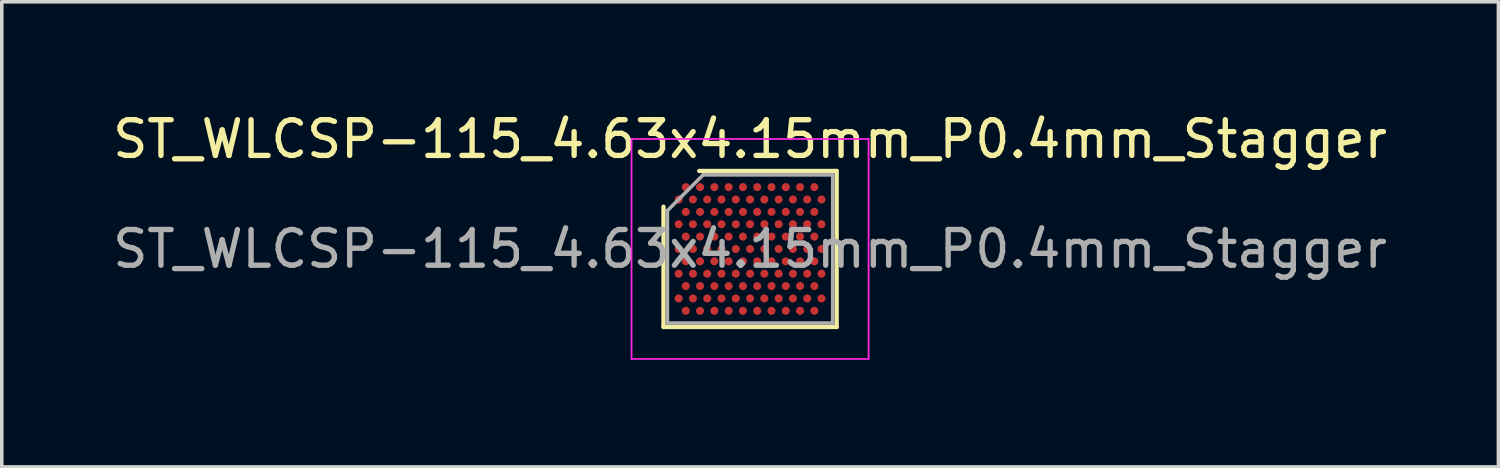
<source format=kicad_pcb>
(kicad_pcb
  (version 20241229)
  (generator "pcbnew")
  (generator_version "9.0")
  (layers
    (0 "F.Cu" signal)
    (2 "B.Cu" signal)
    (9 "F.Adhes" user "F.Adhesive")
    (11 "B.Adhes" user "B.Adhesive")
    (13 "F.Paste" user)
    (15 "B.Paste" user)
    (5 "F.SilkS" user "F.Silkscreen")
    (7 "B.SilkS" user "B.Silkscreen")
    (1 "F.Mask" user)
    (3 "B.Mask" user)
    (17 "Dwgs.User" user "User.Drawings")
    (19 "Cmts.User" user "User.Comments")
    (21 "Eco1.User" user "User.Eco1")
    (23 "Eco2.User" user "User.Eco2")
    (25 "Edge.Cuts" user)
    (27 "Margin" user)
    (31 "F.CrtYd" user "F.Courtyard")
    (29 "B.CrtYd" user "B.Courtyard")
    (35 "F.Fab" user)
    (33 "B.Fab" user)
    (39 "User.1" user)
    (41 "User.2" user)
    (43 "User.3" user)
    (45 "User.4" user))
  (footprint "ST_WLCSP-115_4.63x4.15mm_P0.4mm_Stagger"
    (layer "F.Cu")
    (at 17.958 3.923)
    (property "Reference" "ST_WLCSP-115_4.63x4.15mm_P0.4mm_Stagger" (at 0 -3.075 0) (layer "F.SilkS") (effects (font (size 1 1) (thickness 0.15))))
    (attr smd)
    (fp_line (start -2.425 2.185) (end -2.425 -1.185) (stroke (width 0.12) (type solid)) (layer "F.SilkS"))
    (fp_line (start -1.425 -2.185) (end 2.425 -2.185) (stroke (width 0.12) (type solid)) (layer "F.SilkS"))
    (fp_line (start 2.425 -2.185) (end 2.425 2.185) (stroke (width 0.12) (type solid)) (layer "F.SilkS"))
    (fp_line (start 2.425 2.185) (end -2.425 2.185) (stroke (width 0.12) (type solid)) (layer "F.SilkS"))
    (fp_line (start -3.32 -3.08) (end -3.32 3.08) (stroke (width 0.05) (type solid)) (layer "F.CrtYd"))
    (fp_line (start -3.32 3.08) (end 3.32 3.08) (stroke (width 0.05) (type solid)) (layer "F.CrtYd"))
    (fp_line (start 3.32 -3.08) (end -3.32 -3.08) (stroke (width 0.05) (type solid)) (layer "F.CrtYd"))
    (fp_line (start 3.32 3.08) (end 3.32 -3.08) (stroke (width 0.05) (type solid)) (layer "F.CrtYd"))
    (fp_line (start -2.315 -1.075) (end -1.315 -2.075) (stroke (width 0.1) (type solid)) (layer "F.Fab"))
    (fp_line (start -2.315 2.075) (end -2.315 -1.075) (stroke (width 0.1) (type solid)) (layer "F.Fab"))
    (fp_line (start -1.315 -2.075) (end 2.315 -2.075) (stroke (width 0.1) (type solid)) (layer "F.Fab"))
    (fp_line (start 2.315 -2.075) (end 2.315 2.075) (stroke (width 0.1) (type solid)) (layer "F.Fab"))
    (fp_line (start 2.315 2.075) (end -2.315 2.075) (stroke (width 0.1) (type solid)) (layer "F.Fab"))
    (fp_text user "${REFERENCE}" (at 0 0 0) (layer "F.Fab") (effects (font (size 1 1) (thickness 0.15))))
    (pad "A2" smd circle (at -1.8 -1.732) (size 0.225 0.225) (layers "F.Cu" "F.Mask" "F.Paste"))
    (pad "A4" smd circle (at -1.4 -1.732) (size 0.225 0.225) (layers "F.Cu" "F.Mask" "F.Paste"))
    (pad "A6" smd circle (at -1 -1.732) (size 0.225 0.225) (layers "F.Cu" "F.Mask" "F.Paste"))
    (pad "A8" smd circle (at -0.6 -1.732) (size 0.225 0.225) (layers "F.Cu" "F.Mask" "F.Paste"))
    (pad "A10" smd circle (at -0.2 -1.732) (size 0.225 0.225) (layers "F.Cu" "F.Mask" "F.Paste"))
    (pad "A12" smd circle (at 0.2 -1.732) (size 0.225 0.225) (layers "F.Cu" "F.Mask" "F.Paste"))
    (pad "A14" smd circle (at 0.6 -1.732) (size 0.225 0.225) (layers "F.Cu" "F.Mask" "F.Paste"))
    (pad "A16" smd circle (at 1 -1.732) (size 0.225 0.225) (layers "F.Cu" "F.Mask" "F.Paste"))
    (pad "A18" smd circle (at 1.4 -1.732) (size 0.225 0.225) (layers "F.Cu" "F.Mask" "F.Paste"))
    (pad "A20" smd circle (at 1.8 -1.732) (size 0.225 0.225) (layers "F.Cu" "F.Mask" "F.Paste"))
    (pad "B1" smd circle (at -2 -1.386) (size 0.225 0.225) (layers "F.Cu" "F.Mask" "F.Paste"))
    (pad "B3" smd circle (at -1.6 -1.386) (size 0.225 0.225) (layers "F.Cu" "F.Mask" "F.Paste"))
    (pad "B5" smd circle (at -1.2 -1.386) (size 0.225 0.225) (layers "F.Cu" "F.Mask" "F.Paste"))
    (pad "B7" smd circle (at -0.8 -1.386) (size 0.225 0.225) (layers "F.Cu" "F.Mask" "F.Paste"))
    (pad "B9" smd circle (at -0.4 -1.386) (size 0.225 0.225) (layers "F.Cu" "F.Mask" "F.Paste"))
    (pad "B11" smd circle (at 0 -1.386) (size 0.225 0.225) (layers "F.Cu" "F.Mask" "F.Paste"))
    (pad "B13" smd circle (at 0.4 -1.386) (size 0.225 0.225) (layers "F.Cu" "F.Mask" "F.Paste"))
    (pad "B15" smd circle (at 0.8 -1.386) (size 0.225 0.225) (layers "F.Cu" "F.Mask" "F.Paste"))
    (pad "B17" smd circle (at 1.2 -1.386) (size 0.225 0.225) (layers "F.Cu" "F.Mask" "F.Paste"))
    (pad "B19" smd circle (at 1.6 -1.386) (size 0.225 0.225) (layers "F.Cu" "F.Mask" "F.Paste"))
    (pad "B21" smd circle (at 2 -1.386) (size 0.225 0.225) (layers "F.Cu" "F.Mask" "F.Paste"))
    (pad "C2" smd circle (at -1.8 -1.039) (size 0.225 0.225) (layers "F.Cu" "F.Mask" "F.Paste"))
    (pad "C4" smd circle (at -1.4 -1.039) (size 0.225 0.225) (layers "F.Cu" "F.Mask" "F.Paste"))
    (pad "C6" smd circle (at -1 -1.039) (size 0.225 0.225) (layers "F.Cu" "F.Mask" "F.Paste"))
    (pad "C8" smd circle (at -0.6 -1.039) (size 0.225 0.225) (layers "F.Cu" "F.Mask" "F.Paste"))
    (pad "C10" smd circle (at -0.2 -1.039) (size 0.225 0.225) (layers "F.Cu" "F.Mask" "F.Paste"))
    (pad "C12" smd circle (at 0.2 -1.039) (size 0.225 0.225) (layers "F.Cu" "F.Mask" "F.Paste"))
    (pad "C14" smd circle (at 0.6 -1.039) (size 0.225 0.225) (layers "F.Cu" "F.Mask" "F.Paste"))
    (pad "C16" smd circle (at 1 -1.039) (size 0.225 0.225) (layers "F.Cu" "F.Mask" "F.Paste"))
    (pad "C18" smd circle (at 1.4 -1.039) (size 0.225 0.225) (layers "F.Cu" "F.Mask" "F.Paste"))
    (pad "C20" smd circle (at 1.8 -1.039) (size 0.225 0.225) (layers "F.Cu" "F.Mask" "F.Paste"))
    (pad "D1" smd circle (at -2 -0.693) (size 0.225 0.225) (layers "F.Cu" "F.Mask" "F.Paste"))
    (pad "D3" smd circle (at -1.6 -0.693) (size 0.225 0.225) (layers "F.Cu" "F.Mask" "F.Paste"))
    (pad "D5" smd circle (at -1.2 -0.693) (size 0.225 0.225) (layers "F.Cu" "F.Mask" "F.Paste"))
    (pad "D7" smd circle (at -0.8 -0.693) (size 0.225 0.225) (layers "F.Cu" "F.Mask" "F.Paste"))
    (pad "D9" smd circle (at -0.4 -0.693) (size 0.225 0.225) (layers "F.Cu" "F.Mask" "F.Paste"))
    (pad "D11" smd circle (at 0 -0.693) (size 0.225 0.225) (layers "F.Cu" "F.Mask" "F.Paste"))
    (pad "D13" smd circle (at 0.4 -0.693) (size 0.225 0.225) (layers "F.Cu" "F.Mask" "F.Paste"))
    (pad "D15" smd circle (at 0.8 -0.693) (size 0.225 0.225) (layers "F.Cu" "F.Mask" "F.Paste"))
    (pad "D17" smd circle (at 1.2 -0.693) (size 0.225 0.225) (layers "F.Cu" "F.Mask" "F.Paste"))
    (pad "D19" smd circle (at 1.6 -0.693) (size 0.225 0.225) (layers "F.Cu" "F.Mask" "F.Paste"))
    (pad "D21" smd circle (at 2 -0.693) (size 0.225 0.225) (layers "F.Cu" "F.Mask" "F.Paste"))
    (pad "E2" smd circle (at -1.8 -0.346) (size 0.225 0.225) (layers "F.Cu" "F.Mask" "F.Paste"))
    (pad "E4" smd circle (at -1.4 -0.346) (size 0.225 0.225) (layers "F.Cu" "F.Mask" "F.Paste"))
    (pad "E6" smd circle (at -1 -0.346) (size 0.225 0.225) (layers "F.Cu" "F.Mask" "F.Paste"))
    (pad "E8" smd circle (at -0.6 -0.346) (size 0.225 0.225) (layers "F.Cu" "F.Mask" "F.Paste"))
    (pad "E10" smd circle (at -0.2 -0.346) (size 0.225 0.225) (layers "F.Cu" "F.Mask" "F.Paste"))
    (pad "E12" smd circle (at 0.2 -0.346) (size 0.225 0.225) (layers "F.Cu" "F.Mask" "F.Paste"))
    (pad "E14" smd circle (at 0.6 -0.346) (size 0.225 0.225) (layers "F.Cu" "F.Mask" "F.Paste"))
    (pad "E16" smd circle (at 1 -0.346) (size 0.225 0.225) (layers "F.Cu" "F.Mask" "F.Paste"))
    (pad "E18" smd circle (at 1.4 -0.346) (size 0.225 0.225) (layers "F.Cu" "F.Mask" "F.Paste"))
    (pad "E20" smd circle (at 1.8 -0.346) (size 0.225 0.225) (layers "F.Cu" "F.Mask" "F.Paste"))
    (pad "F1" smd circle (at -2 0) (size 0.225 0.225) (layers "F.Cu" "F.Mask" "F.Paste"))
    (pad "F3" smd circle (at -1.6 0) (size 0.225 0.225) (layers "F.Cu" "F.Mask" "F.Paste"))
    (pad "F5" smd circle (at -1.2 0) (size 0.225 0.225) (layers "F.Cu" "F.Mask" "F.Paste"))
    (pad "F7" smd circle (at -0.8 0) (size 0.225 0.225) (layers "F.Cu" "F.Mask" "F.Paste"))
    (pad "F9" smd circle (at -0.4 0) (size 0.225 0.225) (layers "F.Cu" "F.Mask" "F.Paste"))
    (pad "F11" smd circle (at 0 0) (size 0.225 0.225) (layers "F.Cu" "F.Mask" "F.Paste"))
    (pad "F13" smd circle (at 0.4 0) (size 0.225 0.225) (layers "F.Cu" "F.Mask" "F.Paste"))
    (pad "F15" smd circle (at 0.8 0) (size 0.225 0.225) (layers "F.Cu" "F.Mask" "F.Paste"))
    (pad "F17" smd circle (at 1.2 0) (size 0.225 0.225) (layers "F.Cu" "F.Mask" "F.Paste"))
    (pad "F19" smd circle (at 1.6 0) (size 0.225 0.225) (layers "F.Cu" "F.Mask" "F.Paste"))
    (pad "F21" smd circle (at 2 0) (size 0.225 0.225) (layers "F.Cu" "F.Mask" "F.Paste"))
    (pad "G2" smd circle (at -1.8 0.346) (size 0.225 0.225) (layers "F.Cu" "F.Mask" "F.Paste"))
    (pad "G4" smd circle (at -1.4 0.346) (size 0.225 0.225) (layers "F.Cu" "F.Mask" "F.Paste"))
    (pad "G6" smd circle (at -1 0.346) (size 0.225 0.225) (layers "F.Cu" "F.Mask" "F.Paste"))
    (pad "G8" smd circle (at -0.6 0.346) (size 0.225 0.225) (layers "F.Cu" "F.Mask" "F.Paste"))
    (pad "G10" smd circle (at -0.2 0.346) (size 0.225 0.225) (layers "F.Cu" "F.Mask" "F.Paste"))
    (pad "G12" smd circle (at 0.2 0.346) (size 0.225 0.225) (layers "F.Cu" "F.Mask" "F.Paste"))
    (pad "G14" smd circle (at 0.6 0.346) (size 0.225 0.225) (layers "F.Cu" "F.Mask" "F.Paste"))
    (pad "G16" smd circle (at 1 0.346) (size 0.225 0.225) (layers "F.Cu" "F.Mask" "F.Paste"))
    (pad "G18" smd circle (at 1.4 0.346) (size 0.225 0.225) (layers "F.Cu" "F.Mask" "F.Paste"))
    (pad "G20" smd circle (at 1.8 0.346) (size 0.225 0.225) (layers "F.Cu" "F.Mask" "F.Paste"))
    (pad "H1" smd circle (at -2 0.693) (size 0.225 0.225) (layers "F.Cu" "F.Mask" "F.Paste"))
    (pad "H3" smd circle (at -1.6 0.693) (size 0.225 0.225) (layers "F.Cu" "F.Mask" "F.Paste"))
    (pad "H5" smd circle (at -1.2 0.693) (size 0.225 0.225) (layers "F.Cu" "F.Mask" "F.Paste"))
    (pad "H7" smd circle (at -0.8 0.693) (size 0.225 0.225) (layers "F.Cu" "F.Mask" "F.Paste"))
    (pad "H9" smd circle (at -0.4 0.693) (size 0.225 0.225) (layers "F.Cu" "F.Mask" "F.Paste"))
    (pad "H11" smd circle (at 0 0.693) (size 0.225 0.225) (layers "F.Cu" "F.Mask" "F.Paste"))
    (pad "H13" smd circle (at 0.4 0.693) (size 0.225 0.225) (layers "F.Cu" "F.Mask" "F.Paste"))
    (pad "H15" smd circle (at 0.8 0.693) (size 0.225 0.225) (layers "F.Cu" "F.Mask" "F.Paste"))
    (pad "H17" smd circle (at 1.2 0.693) (size 0.225 0.225) (layers "F.Cu" "F.Mask" "F.Paste"))
    (pad "H19" smd circle (at 1.6 0.693) (size 0.225 0.225) (layers "F.Cu" "F.Mask" "F.Paste"))
    (pad "H21" smd circle (at 2 0.693) (size 0.225 0.225) (layers "F.Cu" "F.Mask" "F.Paste"))
    (pad "J2" smd circle (at -1.8 1.039) (size 0.225 0.225) (layers "F.Cu" "F.Mask" "F.Paste"))
    (pad "J4" smd circle (at -1.4 1.039) (size 0.225 0.225) (layers "F.Cu" "F.Mask" "F.Paste"))
    (pad "J6" smd circle (at -1 1.039) (size 0.225 0.225) (layers "F.Cu" "F.Mask" "F.Paste"))
    (pad "J8" smd circle (at -0.6 1.039) (size 0.225 0.225) (layers "F.Cu" "F.Mask" "F.Paste"))
    (pad "J10" smd circle (at -0.2 1.039) (size 0.225 0.225) (layers "F.Cu" "F.Mask" "F.Paste"))
    (pad "J12" smd circle (at 0.2 1.039) (size 0.225 0.225) (layers "F.Cu" "F.Mask" "F.Paste"))
    (pad "J14" smd circle (at 0.6 1.039) (size 0.225 0.225) (layers "F.Cu" "F.Mask" "F.Paste"))
    (pad "J16" smd circle (at 1 1.039) (size 0.225 0.225) (layers "F.Cu" "F.Mask" "F.Paste"))
    (pad "J18" smd circle (at 1.4 1.039) (size 0.225 0.225) (layers "F.Cu" "F.Mask" "F.Paste"))
    (pad "J20" smd circle (at 1.8 1.039) (size 0.225 0.225) (layers "F.Cu" "F.Mask" "F.Paste"))
    (pad "K1" smd circle (at -2 1.386) (size 0.225 0.225) (layers "F.Cu" "F.Mask" "F.Paste"))
    (pad "K3" smd circle (at -1.6 1.386) (size 0.225 0.225) (layers "F.Cu" "F.Mask" "F.Paste"))
    (pad "K5" smd circle (at -1.2 1.386) (size 0.225 0.225) (layers "F.Cu" "F.Mask" "F.Paste"))
    (pad "K7" smd circle (at -0.8 1.386) (size 0.225 0.225) (layers "F.Cu" "F.Mask" "F.Paste"))
    (pad "K9" smd circle (at -0.4 1.386) (size 0.225 0.225) (layers "F.Cu" "F.Mask" "F.Paste"))
    (pad "K11" smd circle (at 0 1.386) (size 0.225 0.225) (layers "F.Cu" "F.Mask" "F.Paste"))
    (pad "K13" smd circle (at 0.4 1.386) (size 0.225 0.225) (layers "F.Cu" "F.Mask" "F.Paste"))
    (pad "K15" smd circle (at 0.8 1.386) (size 0.225 0.225) (layers "F.Cu" "F.Mask" "F.Paste"))
    (pad "K17" smd circle (at 1.2 1.386) (size 0.225 0.225) (layers "F.Cu" "F.Mask" "F.Paste"))
    (pad "K19" smd circle (at 1.6 1.386) (size 0.225 0.225) (layers "F.Cu" "F.Mask" "F.Paste"))
    (pad "K21" smd circle (at 2 1.386) (size 0.225 0.225) (layers "F.Cu" "F.Mask" "F.Paste"))
    (pad "L2" smd circle (at -1.8 1.732) (size 0.225 0.225) (layers "F.Cu" "F.Mask" "F.Paste"))
    (pad "L4" smd circle (at -1.4 1.732) (size 0.225 0.225) (layers "F.Cu" "F.Mask" "F.Paste"))
    (pad "L6" smd circle (at -1 1.732) (size 0.225 0.225) (layers "F.Cu" "F.Mask" "F.Paste"))
    (pad "L8" smd circle (at -0.6 1.732) (size 0.225 0.225) (layers "F.Cu" "F.Mask" "F.Paste"))
    (pad "L10" smd circle (at -0.2 1.732) (size 0.225 0.225) (layers "F.Cu" "F.Mask" "F.Paste"))
    (pad "L12" smd circle (at 0.2 1.732) (size 0.225 0.225) (layers "F.Cu" "F.Mask" "F.Paste"))
    (pad "L14" smd circle (at 0.6 1.732) (size 0.225 0.225) (layers "F.Cu" "F.Mask" "F.Paste"))
    (pad "L16" smd circle (at 1 1.732) (size 0.225 0.225) (layers "F.Cu" "F.Mask" "F.Paste"))
    (pad "L18" smd circle (at 1.4 1.732) (size 0.225 0.225) (layers "F.Cu" "F.Mask" "F.Paste"))
    (pad "L20" smd circle (at 1.8 1.732) (size 0.225 0.225) (layers "F.Cu" "F.Mask" "F.Paste")))
  (gr_rect
    (start -3 -3)
    (end 38.917 10.028)
    (stroke (width 0.1) (type default))
    (fill no)
    (layer "Edge.Cuts")))
</source>
